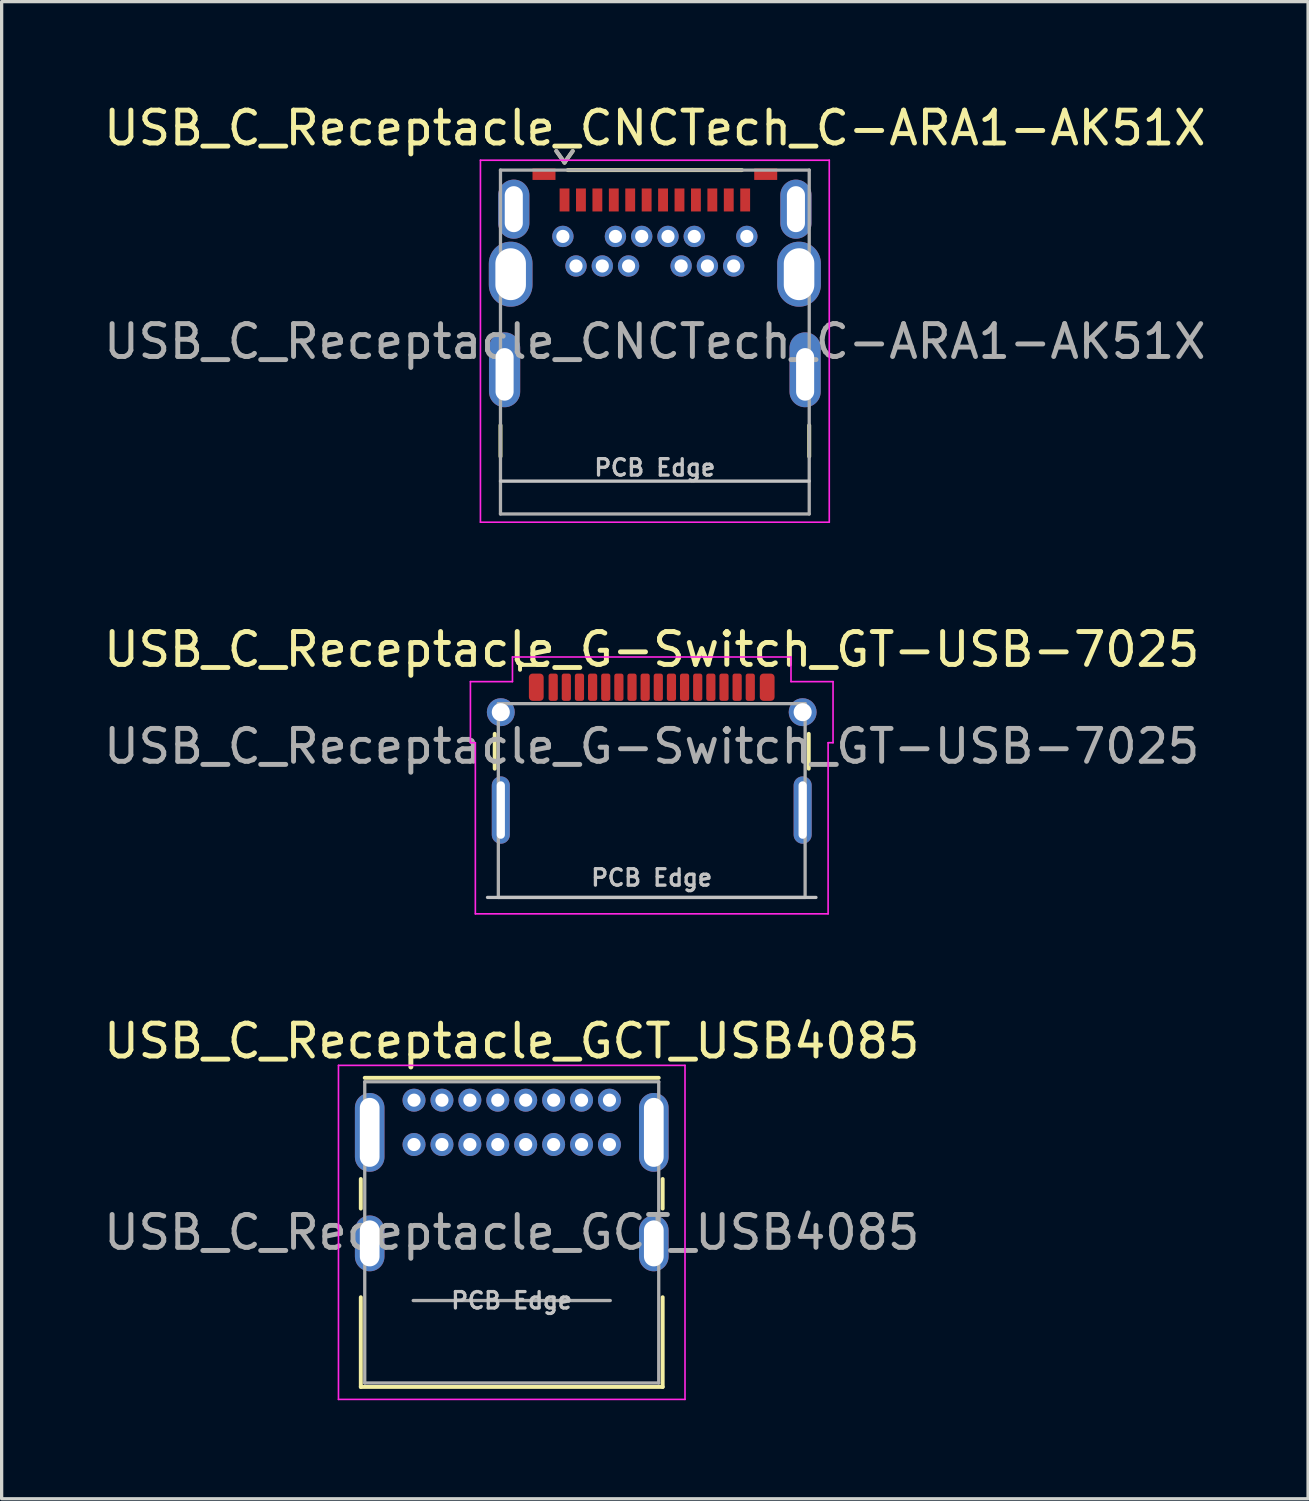
<source format=kicad_pcb>
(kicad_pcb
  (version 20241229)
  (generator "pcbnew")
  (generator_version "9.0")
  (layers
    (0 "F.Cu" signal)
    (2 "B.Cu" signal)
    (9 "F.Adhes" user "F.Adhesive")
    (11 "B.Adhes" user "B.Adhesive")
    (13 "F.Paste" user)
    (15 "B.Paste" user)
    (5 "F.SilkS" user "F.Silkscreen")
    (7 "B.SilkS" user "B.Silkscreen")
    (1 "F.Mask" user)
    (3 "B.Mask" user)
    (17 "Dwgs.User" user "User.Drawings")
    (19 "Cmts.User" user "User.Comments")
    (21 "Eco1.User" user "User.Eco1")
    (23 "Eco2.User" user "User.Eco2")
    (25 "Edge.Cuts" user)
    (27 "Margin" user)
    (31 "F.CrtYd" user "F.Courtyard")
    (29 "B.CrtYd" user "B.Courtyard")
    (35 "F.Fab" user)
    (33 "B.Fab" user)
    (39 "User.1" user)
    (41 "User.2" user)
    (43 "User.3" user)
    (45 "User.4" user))
  (footprint "USB_C_Receptacle_CNCTech_C-ARA1-AK51X"
    (layer "F.Cu")
    (at 16.887 6.348)
    (property "Reference" "USB_C_Receptacle_CNCTech_C-ARA1-AK51X" (at 0 -5.5 0) (layer "F.SilkS") (effects (font (size 1 1) (thickness 0.15))))
    (attr smd)
    (fp_line (start -4.7 3.55) (end -4.7 4.5) (stroke (width 0.12) (type solid)) (layer "F.SilkS"))
    (fp_line (start -3 -4.8) (end -2.75 -4.45) (stroke (width 0.12) (type solid)) (layer "F.SilkS"))
    (fp_line (start -2.75 -4.45) (end -2.5 -4.8) (stroke (width 0.12) (type solid)) (layer "F.SilkS"))
    (fp_line (start -2.65 -4.22) (end 2.65 -4.22) (stroke (width 0.12) (type solid)) (layer "F.SilkS"))
    (fp_line (start 4.7 4.5) (end 4.7 3.55) (stroke (width 0.12) (type solid)) (layer "F.SilkS"))
    (fp_line (start -4.7 5.25) (end 4.7 5.25) (stroke (width 0.1) (type solid)) (layer "Dwgs.User"))
    (fp_line (start -5.31 -4.52) (end 5.31 -4.52) (stroke (width 0.05) (type solid)) (layer "F.CrtYd"))
    (fp_line (start -5.31 6.5) (end -5.31 -4.52) (stroke (width 0.05) (type solid)) (layer "F.CrtYd"))
    (fp_line (start 5.31 -4.52) (end 5.31 6.5) (stroke (width 0.05) (type solid)) (layer "F.CrtYd"))
    (fp_line (start 5.31 6.5) (end -5.31 6.5) (stroke (width 0.05) (type solid)) (layer "F.CrtYd"))
    (fp_line (start -4.7 -4.22) (end 4.7 -4.22) (stroke (width 0.1) (type solid)) (layer "F.Fab"))
    (fp_line (start -4.7 6.25) (end -4.7 -4.22) (stroke (width 0.1) (type solid)) (layer "F.Fab"))
    (fp_line (start -3 -4.8) (end -2.75 -4.45) (stroke (width 0.12) (type solid)) (layer "F.Fab"))
    (fp_line (start -2.75 -4.45) (end -2.5 -4.8) (stroke (width 0.12) (type solid)) (layer "F.Fab"))
    (fp_line (start 4.7 -4.22) (end 4.7 6.25) (stroke (width 0.1) (type solid)) (layer "F.Fab"))
    (fp_line (start 4.7 6.25) (end -4.7 6.25) (stroke (width 0.1) (type solid)) (layer "F.Fab"))
    (fp_text user "PCB Edge" (at 0 4.84 0) (unlocked yes) (layer "Dwgs.User") (effects (font (size 0.5 0.5) (thickness 0.1))))
    (fp_text user "${REFERENCE}" (at 0 1 0) (layer "F.Fab") (effects (font (size 1 1) (thickness 0.15))))
    (pad "A1" smd rect (at -2.75 -3.31) (size 0.3 0.7) (layers "F.Cu" "F.Mask" "F.Paste"))
    (pad "A2" smd rect (at -2.25 -3.31) (size 0.3 0.7) (layers "F.Cu" "F.Mask" "F.Paste"))
    (pad "A3" smd rect (at -1.75 -3.31) (size 0.3 0.7) (layers "F.Cu" "F.Mask" "F.Paste"))
    (pad "A4" smd rect (at -1.25 -3.31) (size 0.3 0.7) (layers "F.Cu" "F.Mask" "F.Paste"))
    (pad "A5" smd rect (at -0.75 -3.31) (size 0.3 0.7) (layers "F.Cu" "F.Mask" "F.Paste"))
    (pad "A6" smd rect (at -0.25 -3.31) (size 0.3 0.7) (layers "F.Cu" "F.Mask" "F.Paste"))
    (pad "A7" smd rect (at 0.25 -3.31) (size 0.3 0.7) (layers "F.Cu" "F.Mask" "F.Paste"))
    (pad "A8" smd rect (at 0.75 -3.31) (size 0.3 0.7) (layers "F.Cu" "F.Mask" "F.Paste"))
    (pad "A9" smd rect (at 1.25 -3.31) (size 0.3 0.7) (layers "F.Cu" "F.Mask" "F.Paste"))
    (pad "A10" smd rect (at 1.75 -3.31) (size 0.3 0.7) (layers "F.Cu" "F.Mask" "F.Paste"))
    (pad "A11" smd rect (at 2.25 -3.31) (size 0.3 0.7) (layers "F.Cu" "F.Mask" "F.Paste"))
    (pad "A12" smd rect (at 2.75 -3.31) (size 0.3 0.7) (layers "F.Cu" "F.Mask" "F.Paste"))
    (pad "B1" thru_hole circle (at 2.8 -2.2) (size 0.65 0.65) (drill 0.4) (property pad_prop_mechanical) (layers "*.Cu" "*.Mask" "F.Paste"))
    (pad "B2" thru_hole circle (at 2.4 -1.3) (size 0.65 0.65) (drill 0.4) (property pad_prop_mechanical) (layers "*.Cu" "*.Mask" "F.Paste"))
    (pad "B3" thru_hole circle (at 1.6 -1.3) (size 0.65 0.65) (drill 0.4) (property pad_prop_mechanical) (layers "*.Cu" "*.Mask" "F.Paste"))
    (pad "B4" thru_hole circle (at 1.2 -2.2) (size 0.65 0.65) (drill 0.4) (property pad_prop_mechanical) (layers "*.Cu" "*.Mask" "F.Paste"))
    (pad "B5" thru_hole circle (at 0.8 -1.3) (size 0.65 0.65) (drill 0.4) (property pad_prop_mechanical) (layers "*.Cu" "*.Mask" "F.Paste"))
    (pad "B6" thru_hole circle (at 0.4 -2.2) (size 0.65 0.65) (drill 0.4) (property pad_prop_mechanical) (layers "*.Cu" "*.Mask" "F.Paste"))
    (pad "B7" thru_hole circle (at -0.4 -2.2) (size 0.65 0.65) (drill 0.4) (property pad_prop_mechanical) (layers "*.Cu" "*.Mask" "F.Paste"))
    (pad "B8" thru_hole circle (at -0.8 -1.3) (size 0.65 0.65) (drill 0.4) (property pad_prop_mechanical) (layers "*.Cu" "*.Mask" "F.Paste"))
    (pad "B9" thru_hole circle (at -1.2 -2.2) (size 0.65 0.65) (drill 0.4) (property pad_prop_mechanical) (layers "*.Cu" "*.Mask" "F.Paste"))
    (pad "B10" thru_hole circle (at -1.6 -1.3) (size 0.65 0.65) (drill 0.4) (property pad_prop_mechanical) (layers "*.Cu" "*.Mask" "F.Paste"))
    (pad "B11" thru_hole circle (at -2.4 -1.3) (size 0.65 0.65) (drill 0.4) (property pad_prop_mechanical) (layers "*.Cu" "*.Mask" "F.Paste"))
    (pad "B12" thru_hole circle (at -2.8 -2.2) (size 0.65 0.65) (drill 0.4) (property pad_prop_mechanical) (layers "*.Cu" "*.Mask" "F.Paste"))
    (pad "SH" thru_hole oval (at -4.575 2) (size 0.95 2.28) (drill oval 0.55 1.6 (offset 0 -0.14)) (property pad_prop_mechanical) (layers "*.Cu" "*.Mask" "F.Paste"))
    (pad "SH" thru_hole oval (at -4.39 -1.05) (size 1.33 1.98) (drill oval 0.93 1.58) (property pad_prop_mechanical) (layers "*.Cu" "*.Mask" "F.Paste"))
    (pad "SH" thru_hole oval (at -4.295 -3.03) (size 0.95 1.8) (drill oval 0.55 1.4) (property pad_prop_mechanical) (layers "*.Cu" "*.Mask" "F.Paste"))
    (pad "SH" smd rect (at -3.375 -4.095) (size 0.7 0.35) (layers "F.Cu" "F.Mask" "F.Paste"))
    (pad "SH" smd rect (at 3.375 -4.095) (size 0.7 0.35) (layers "F.Cu" "F.Mask" "F.Paste"))
    (pad "SH" thru_hole oval (at 4.295 -3.03) (size 0.95 1.8) (drill oval 0.55 1.4) (property pad_prop_mechanical) (layers "*.Cu" "*.Mask" "F.Paste"))
    (pad "SH" thru_hole oval (at 4.39 -1.05) (size 1.33 1.98) (drill oval 0.93 1.58) (property pad_prop_mechanical) (layers "*.Cu" "*.Mask" "F.Paste"))
    (pad "SH" thru_hole oval (at 4.575 2) (size 0.95 2.28) (drill oval 0.55 1.6 (offset 0 -0.14)) (property pad_prop_mechanical) (layers "*.Cu" "*.Mask" "F.Paste")))
  (footprint "USB_C_Receptacle_G-Switch_GT-USB-7025"
    (layer "F.Cu")
    (at 16.792 21.322)
    (property "Reference" "USB_C_Receptacle_G-Switch_GT-USB-7025" (at 0 -4.6 0) (layer "F.SilkS") (effects (font (size 1 1) (thickness 0.15))))
    (attr smd)
    (fp_line (start -4.78 -2.03) (end -4.78 -0.97) (stroke (width 0.12) (type solid)) (layer "F.SilkS"))
    (fp_line (start -4.01 -4.13) (end -4.01 -3.98) (stroke (width 0.12) (type default)) (layer "F.SilkS"))
    (fp_line (start -3.21 -4.13) (end -4.01 -4.13) (stroke (width 0.12) (type default)) (layer "F.SilkS"))
    (fp_line (start 4.78 -0.97) (end 4.78 -2.03) (stroke (width 0.12) (type solid)) (layer "F.SilkS"))
    (fp_line (start -5 2.95) (end 5 2.95) (stroke (width 0.1) (type default)) (layer "Dwgs.User"))
    (fp_line (start -5.52 -1.76) (end -5.52 -3.62) (stroke (width 0.05) (type solid)) (layer "F.CrtYd"))
    (fp_line (start -5.37 -1.76) (end -5.52 -1.76) (stroke (width 0.05) (type default)) (layer "F.CrtYd"))
    (fp_line (start -5.37 3.45) (end -5.37 -1.76) (stroke (width 0.05) (type default)) (layer "F.CrtYd"))
    (fp_line (start -4.24 -4.37) (end -4.24 -3.62) (stroke (width 0.05) (type default)) (layer "F.CrtYd"))
    (fp_line (start -4.24 -4.37) (end 4.24 -4.37) (stroke (width 0.05) (type solid)) (layer "F.CrtYd"))
    (fp_line (start -4.24 -3.62) (end -5.52 -3.62) (stroke (width 0.05) (type default)) (layer "F.CrtYd"))
    (fp_line (start 4.24 -4.37) (end 4.24 -3.62) (stroke (width 0.05) (type default)) (layer "F.CrtYd"))
    (fp_line (start 4.24 -3.62) (end 5.52 -3.62) (stroke (width 0.05) (type default)) (layer "F.CrtYd"))
    (fp_line (start 5.37 -1.76) (end 5.37 3.45) (stroke (width 0.05) (type default)) (layer "F.CrtYd"))
    (fp_line (start 5.37 3.45) (end -5.37 3.45) (stroke (width 0.05) (type solid)) (layer "F.CrtYd"))
    (fp_line (start 5.52 -3.62) (end 5.52 -1.76) (stroke (width 0.05) (type solid)) (layer "F.CrtYd"))
    (fp_line (start 5.52 -1.76) (end 5.37 -1.76) (stroke (width 0.05) (type default)) (layer "F.CrtYd"))
    (fp_line (start -4.67 -2.95) (end -4.67 2.95) (stroke (width 0.1) (type solid)) (layer "F.Fab"))
    (fp_line (start -4.67 -2.95) (end 4.67 -2.95) (stroke (width 0.1) (type solid)) (layer "F.Fab"))
    (fp_line (start -4.67 2.95) (end 4.67 2.95) (stroke (width 0.1) (type solid)) (layer "F.Fab"))
    (fp_line (start 4.67 2.95) (end 4.67 -2.95) (stroke (width 0.1) (type solid)) (layer "F.Fab"))
    (fp_text user "PCB Edge" (at 0 2.35 0) (unlocked yes) (layer "Dwgs.User") (effects (font (size 0.5 0.5) (thickness 0.1) (bold yes))))
    (fp_text user "${REFERENCE}" (at 0 -1.65 0) (layer "F.Fab") (effects (font (size 1 1) (thickness 0.15))))
    (pad "A1" smd roundrect (at -3 -3.45) (size 0.28 0.83) (layers "F.Cu" "F.Mask" "F.Paste") (roundrect_rratio 0.25))
    (pad "A4" smd roundrect (at -2.2 -3.45) (size 0.28 0.83) (layers "F.Cu" "F.Mask" "F.Paste") (roundrect_rratio 0.25))
    (pad "A5" smd roundrect (at -1.4 -3.45) (size 0.28 0.83) (layers "F.Cu" "F.Mask" "F.Paste") (roundrect_rratio 0.25))
    (pad "A6" smd roundrect (at -0.6 -3.45) (size 0.28 0.83) (layers "F.Cu" "F.Mask" "F.Paste") (roundrect_rratio 0.25))
    (pad "A7" smd roundrect (at -0.2 -3.45) (size 0.28 0.83) (layers "F.Cu" "F.Mask" "F.Paste") (roundrect_rratio 0.25))
    (pad "A8" smd roundrect (at 0.2 -3.45) (size 0.28 0.83) (layers "F.Cu" "F.Mask" "F.Paste") (roundrect_rratio 0.25))
    (pad "A9" smd roundrect (at 1.8 -3.45) (size 0.28 0.83) (layers "F.Cu" "F.Mask" "F.Paste") (roundrect_rratio 0.25))
    (pad "A12" smd roundrect (at 2.6 -3.45) (size 0.28 0.83) (layers "F.Cu" "F.Mask" "F.Paste") (roundrect_rratio 0.25))
    (pad "B1" smd roundrect (at 3 -3.45) (size 0.28 0.83) (layers "F.Cu" "F.Mask" "F.Paste") (roundrect_rratio 0.25))
    (pad "B4" smd roundrect (at 2.2 -3.45) (size 0.28 0.83) (layers "F.Cu" "F.Mask" "F.Paste") (roundrect_rratio 0.25))
    (pad "B5" smd roundrect (at 1.4 -3.45) (size 0.28 0.83) (layers "F.Cu" "F.Mask" "F.Paste") (roundrect_rratio 0.25))
    (pad "B6" smd roundrect (at 1 -3.45) (size 0.28 0.83) (layers "F.Cu" "F.Mask" "F.Paste") (roundrect_rratio 0.25))
    (pad "B7" smd roundrect (at 0.6 -3.45) (size 0.28 0.83) (layers "F.Cu" "F.Mask" "F.Paste") (roundrect_rratio 0.25))
    (pad "B8" smd roundrect (at -1 -3.45) (size 0.28 0.83) (layers "F.Cu" "F.Mask" "F.Paste") (roundrect_rratio 0.25))
    (pad "B9" smd roundrect (at -1.8 -3.45) (size 0.28 0.83) (layers "F.Cu" "F.Mask" "F.Paste") (roundrect_rratio 0.25))
    (pad "B12" smd roundrect (at -2.6 -3.45) (size 0.28 0.83) (layers "F.Cu" "F.Mask" "F.Paste") (roundrect_rratio 0.25))
    (pad "GND" smd roundrect (at -3.515 -3.45) (size 0.45 0.83) (layers "F.Cu" "F.Mask" "F.Paste") (roundrect_rratio 0.25))
    (pad "GND" smd roundrect (at 3.515 -3.45) (size 0.45 0.83) (layers "F.Cu" "F.Mask" "F.Paste") (roundrect_rratio 0.25))
    (pad "SH" thru_hole circle (at -4.595 -2.69) (size 0.85 0.85) (drill 0.55) (property pad_prop_mechanical) (layers "*.Cu" "*.Mask"))
    (pad "SH" thru_hole oval (at -4.595 0.29) (size 0.55 2.05) (drill oval 0.25 1.75) (property pad_prop_mechanical) (layers "*.Cu" "*.Mask"))
    (pad "SH" thru_hole circle (at 4.595 -2.69) (size 0.85 0.85) (drill 0.55) (property pad_prop_mechanical) (layers "*.Cu" "*.Mask"))
    (pad "SH" thru_hole oval (at 4.595 0.29) (size 0.55 2.05) (drill oval 0.25 1.75) (property pad_prop_mechanical) (layers "*.Cu" "*.Mask")))
  (footprint "USB_C_Receptacle_GCT_USB4085"
    (layer "F.Cu")
    (at 9.555 30.445)
    (property "Reference" "USB_C_Receptacle_GCT_USB4085" (at 2.975 -1.8 0) (layer "F.SilkS") (effects (font (size 1 1) (thickness 0.15))))
    (attr through_hole)
    (fp_line (start -1.62 2.4) (end -1.62 3.3) (stroke (width 0.12) (type solid)) (layer "F.SilkS"))
    (fp_line (start -1.62 6) (end -1.62 8.73) (stroke (width 0.12) (type solid)) (layer "F.SilkS"))
    (fp_line (start -1.62 8.73) (end 7.57 8.73) (stroke (width 0.12) (type solid)) (layer "F.SilkS"))
    (fp_line (start -1.5 -0.68) (end 7.45 -0.68) (stroke (width 0.12) (type solid)) (layer "F.SilkS"))
    (fp_line (start 7.57 2.4) (end 7.57 3.3) (stroke (width 0.12) (type solid)) (layer "F.SilkS"))
    (fp_line (start 7.57 6) (end 7.57 8.73) (stroke (width 0.12) (type solid)) (layer "F.SilkS"))
    (fp_line (start -2.3 -1.06) (end -2.3 9.11) (stroke (width 0.05) (type solid)) (layer "F.CrtYd"))
    (fp_line (start -2.3 -1.06) (end 8.25 -1.06) (stroke (width 0.05) (type solid)) (layer "F.CrtYd"))
    (fp_line (start -2.3 9.11) (end 8.25 9.11) (stroke (width 0.05) (type solid)) (layer "F.CrtYd"))
    (fp_line (start 8.25 -1.06) (end 8.25 9.11) (stroke (width 0.05) (type solid)) (layer "F.CrtYd"))
    (fp_line (start -1.5 -0.56) (end -1.5 8.61) (stroke (width 0.1) (type solid)) (layer "F.Fab"))
    (fp_line (start -1.5 -0.56) (end 7.45 -0.56) (stroke (width 0.1) (type solid)) (layer "F.Fab"))
    (fp_line (start -1.5 8.61) (end 7.45 8.61) (stroke (width 0.1) (type solid)) (layer "F.Fab"))
    (fp_line (start -0.025 6.1) (end 5.975 6.1) (stroke (width 0.1) (type solid)) (layer "F.Fab"))
    (fp_line (start 7.45 -0.56) (end 7.45 8.61) (stroke (width 0.1) (type solid)) (layer "F.Fab"))
    (fp_text user "PCB Edge" (at 2.975 6.1 0) (layer "Dwgs.User") (effects (font (size 0.5 0.5) (thickness 0.1))))
    (fp_text user "${REFERENCE}" (at 2.975 4.025 0) (layer "F.Fab") (effects (font (size 1 1) (thickness 0.15))))
    (pad "A1" thru_hole circle (at 0 0) (size 0.7 0.7) (drill 0.4) (layers "*.Cu" "*.Mask"))
    (pad "A4" thru_hole circle (at 0.85 0) (size 0.7 0.7) (drill 0.4) (layers "*.Cu" "*.Mask"))
    (pad "A5" thru_hole circle (at 1.7 0) (size 0.7 0.7) (drill 0.4) (layers "*.Cu" "*.Mask"))
    (pad "A6" thru_hole circle (at 2.55 0) (size 0.7 0.7) (drill 0.4) (layers "*.Cu" "*.Mask"))
    (pad "A7" thru_hole circle (at 3.4 0) (size 0.7 0.7) (drill 0.4) (layers "*.Cu" "*.Mask"))
    (pad "A8" thru_hole circle (at 4.25 0) (size 0.7 0.7) (drill 0.4) (layers "*.Cu" "*.Mask"))
    (pad "A9" thru_hole circle (at 5.1 0) (size 0.7 0.7) (drill 0.4) (layers "*.Cu" "*.Mask"))
    (pad "A12" thru_hole circle (at 5.95 0) (size 0.7 0.7) (drill 0.4) (layers "*.Cu" "*.Mask"))
    (pad "B1" thru_hole circle (at 5.95 1.35) (size 0.7 0.7) (drill 0.4) (layers "*.Cu" "*.Mask"))
    (pad "B4" thru_hole circle (at 5.1 1.35) (size 0.7 0.7) (drill 0.4) (layers "*.Cu" "*.Mask"))
    (pad "B5" thru_hole circle (at 4.25 1.35) (size 0.7 0.7) (drill 0.4) (layers "*.Cu" "*.Mask"))
    (pad "B6" thru_hole circle (at 3.4 1.35) (size 0.7 0.7) (drill 0.4) (layers "*.Cu" "*.Mask"))
    (pad "B7" thru_hole circle (at 2.55 1.35) (size 0.7 0.7) (drill 0.4) (layers "*.Cu" "*.Mask"))
    (pad "B8" thru_hole circle (at 1.7 1.35) (size 0.7 0.7) (drill 0.4) (layers "*.Cu" "*.Mask"))
    (pad "B9" thru_hole circle (at 0.85 1.35) (size 0.7 0.7) (drill 0.4) (layers "*.Cu" "*.Mask"))
    (pad "B12" thru_hole circle (at 0 1.35) (size 0.7 0.7) (drill 0.4) (layers "*.Cu" "*.Mask"))
    (pad "SH" thru_hole oval (at -1.35 0.98) (size 0.9 2.4) (drill oval 0.6 2.1) (layers "*.Cu" "*.Mask"))
    (pad "SH" thru_hole oval (at -1.35 4.36) (size 0.9 1.7) (drill oval 0.6 1.4) (layers "*.Cu" "*.Mask"))
    (pad "SH" thru_hole oval (at 7.3 0.98) (size 0.9 2.4) (drill oval 0.6 2.1) (layers "*.Cu" "*.Mask"))
    (pad "SH" thru_hole oval (at 7.3 4.36) (size 0.9 1.7) (drill oval 0.6 1.4) (layers "*.Cu" "*.Mask")))
  (gr_rect
    (start -3 -3)
    (end 36.774 42.58)
    (stroke (width 0.1) (type default))
    (fill no)
    (layer "Edge.Cuts")))
</source>
